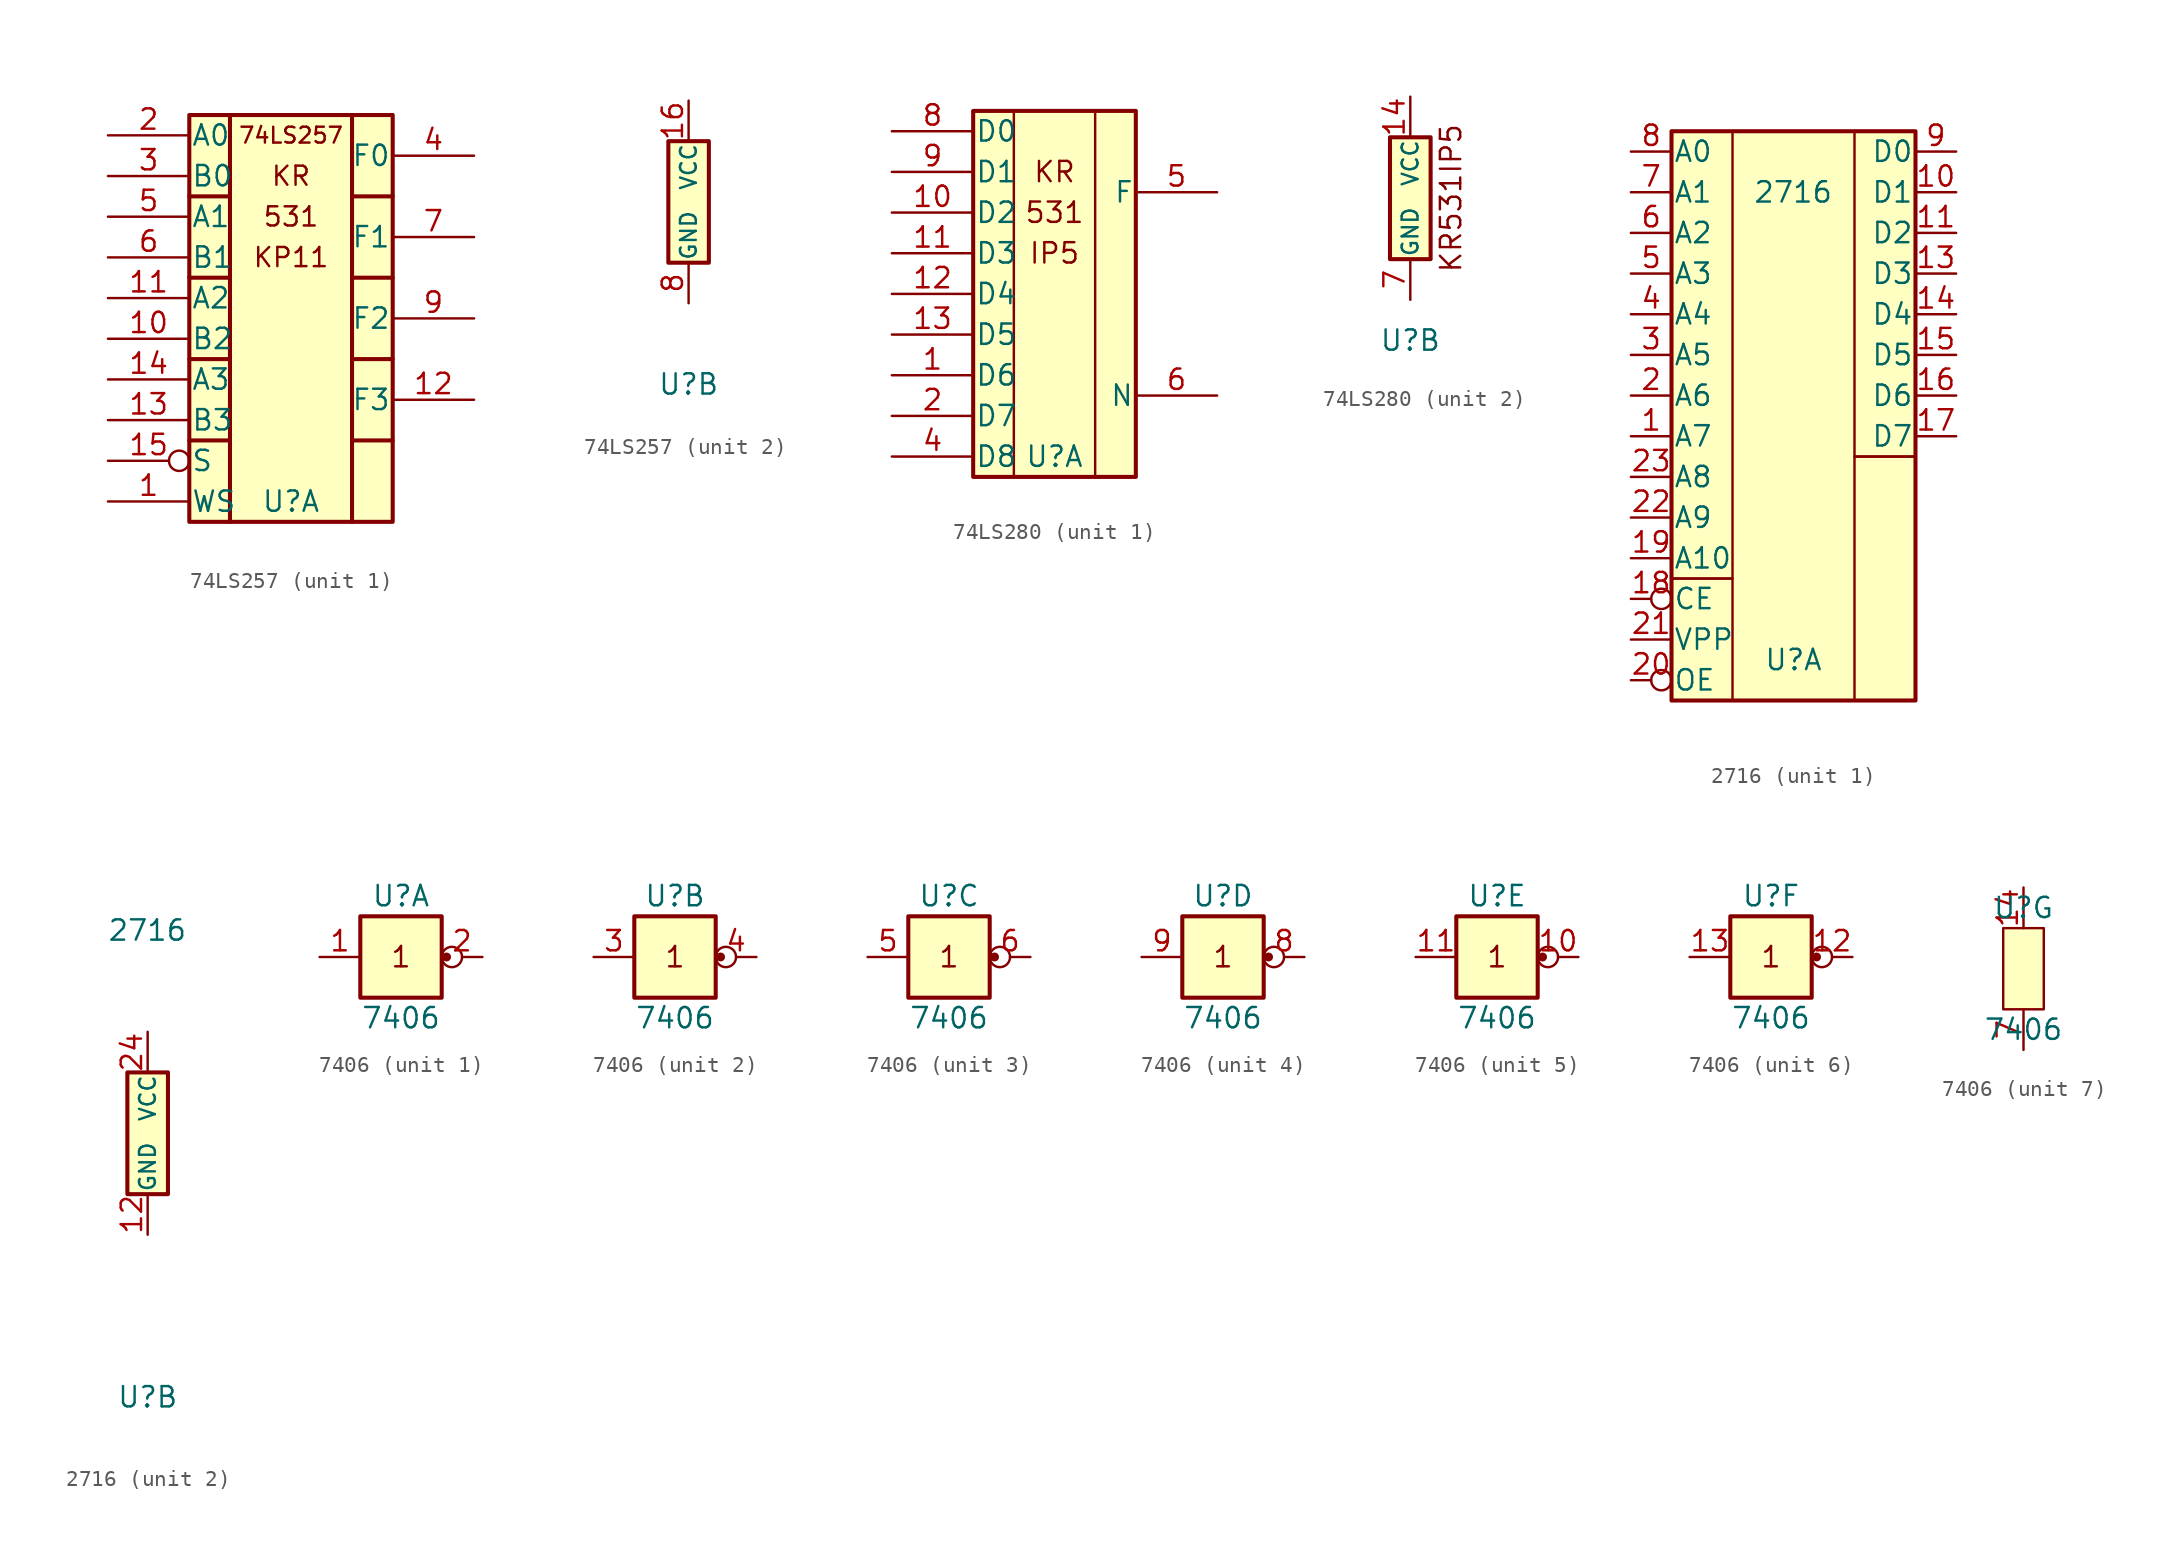
<source format=kicad_sym>
(kicad_symbol_lib
  (version 20241209)
  (generator "kicad_symbol_editor")
  (generator_version "9.0")
  (symbol "74LS257"
    (pin_names
      (offset 0.102))
    (property "Reference" "U"
      (at 0 -11.43 0)
      (effects (font (size 1.27 1.27))))
    (property "ki_locked" ""
      (at 0 0 0)
      (effects (font (size 1.27 1.27))))
    (symbol "74LS257_1_0"
      (rectangle (start -6.35 7.62) (end -3.81 7.62) (stroke (width 0.254) (type default)) (fill (type none)))
      (rectangle (start -6.35 2.54) (end -3.81 2.54) (stroke (width 0.254) (type default)) (fill (type none)))
      (rectangle (start -6.35 -2.54) (end -3.81 -2.54) (stroke (width 0.254) (type default)) (fill (type none)))
      (rectangle (start -6.35 -7.62) (end -3.81 -7.62) (stroke (width 0.254) (type default)) (fill (type none)))
      (rectangle (start -3.81 12.7) (end -3.81 -12.7) (stroke (width 0.254) (type default)) (fill (type none)))
      (rectangle (start 3.81 12.7) (end 3.81 -12.7) (stroke (width 0.254) (type default)) (fill (type none)))
      (rectangle (start 3.81 7.62) (end 6.35 7.62) (stroke (width 0.254) (type default)) (fill (type none)))
      (rectangle (start 3.81 2.54) (end 6.35 2.54) (stroke (width 0.254) (type default)) (fill (type none)))
      (rectangle (start 3.81 -2.54) (end 6.35 -2.54) (stroke (width 0.254) (type default)) (fill (type none)))
      (rectangle (start 3.81 -7.62) (end 6.35 -7.62) (stroke (width 0.254) (type default)) (fill (type none)))
      (text "74LS257" (at 0 11.43 0) (effects (font (size 0.991 0.991))))
      (text "KR" (at 0 8.89 0) (effects (font (size 1.194 1.194))))
      (text "531" (at 0 6.35 0) (effects (font (size 1.194 1.194))))
      (text "KP11" (at 0 3.81 0) (effects (font (size 1.194 1.194))))
      (pin input line (at -11.43 11.43 0) (length 5.08) (name "A0" (effects (font (size 1.27 1.27)))) (number "2" (effects (font (size 1.27 1.27)))))
      (pin input line (at -11.43 8.89 0) (length 5.08) (name "B0" (effects (font (size 1.27 1.27)))) (number "3" (effects (font (size 1.27 1.27)))))
      (pin input line (at -11.43 6.35 0) (length 5.08) (name "A1" (effects (font (size 1.27 1.27)))) (number "5" (effects (font (size 1.27 1.27)))))
      (pin input line (at -11.43 3.81 0) (length 5.08) (name "B1" (effects (font (size 1.27 1.27)))) (number "6" (effects (font (size 1.27 1.27)))))
      (pin input line (at -11.43 1.27 0) (length 5.08) (name "A2" (effects (font (size 1.27 1.27)))) (number "11" (effects (font (size 1.27 1.27)))))
      (pin input line (at -11.43 -1.27 0) (length 5.08) (name "B2" (effects (font (size 1.27 1.27)))) (number "10" (effects (font (size 1.27 1.27)))))
      (pin input line (at -11.43 -3.81 0) (length 5.08) (name "A3" (effects (font (size 1.27 1.27)))) (number "14" (effects (font (size 1.27 1.27)))))
      (pin input line (at -11.43 -6.35 0) (length 5.08) (name "B3" (effects (font (size 1.27 1.27)))) (number "13" (effects (font (size 1.27 1.27)))))
      (pin input inverted (at -11.43 -8.89 0) (length 5.08) (name "S" (effects (font (size 1.27 1.27)))) (number "15" (effects (font (size 1.27 1.27)))))
      (pin input line (at -11.43 -11.43 0) (length 5.08) (name "WS" (effects (font (size 1.27 1.27)))) (number "1" (effects (font (size 1.27 1.27)))))
      (pin tri_state line (at 11.43 10.16 180) (length 5.08) (name "F0" (effects (font (size 1.27 1.27)))) (number "4" (effects (font (size 1.27 1.27)))))
      (pin tri_state line (at 11.43 5.08 180) (length 5.08) (name "F1" (effects (font (size 1.27 1.27)))) (number "7" (effects (font (size 1.27 1.27)))))
      (pin tri_state line (at 11.43 0 180) (length 5.08) (name "F2" (effects (font (size 1.27 1.27)))) (number "9" (effects (font (size 1.27 1.27)))))
      (pin tri_state line (at 11.43 -5.08 180) (length 5.08) (name "F3" (effects (font (size 1.27 1.27)))) (number "12" (effects (font (size 1.27 1.27))))))
    (symbol "74LS257_1_1"
      (rectangle (start -6.35 12.7) (end 6.35 -12.7) (stroke (width 0.254) (type default)) (fill (type background))))
    (symbol "74LS257_2_0"
      (pin power_in line (at 0 6.35 270) (length 2.54) (name "VCC" (effects (font (size 0.991 0.991)))) (number "16" (effects (font (size 1.27 1.27)))))
      (pin power_in line (at 0 -6.35 90) (length 2.54) (name "GND" (effects (font (size 0.991 0.991)))) (number "8" (effects (font (size 1.27 1.27))))))
    (symbol "74LS257_2_1"
      (rectangle (start -1.27 3.81) (end 1.27 -3.81) (stroke (width 0.254) (type default)) (fill (type background)))))
  (symbol "74LS280"
    (pin_names
      (offset 0.102))
    (property "Reference" "U"
      (at 0 -8.89 0)
      (effects (font (size 1.27 1.27))))
    (property "ki_locked" ""
      (at 0 0 0)
      (effects (font (size 1.27 1.27))))
    (symbol "74LS280_1_0"
      (pin input line (at -10.16 11.43 0) (length 5.08) (name "D0" (effects (font (size 1.27 1.27)))) (number "8" (effects (font (size 1.27 1.27)))))
      (pin input line (at -10.16 8.89 0) (length 5.08) (name "D1" (effects (font (size 1.27 1.27)))) (number "9" (effects (font (size 1.27 1.27)))))
      (pin input line (at -10.16 6.35 0) (length 5.08) (name "D2" (effects (font (size 1.27 1.27)))) (number "10" (effects (font (size 1.27 1.27)))))
      (pin input line (at -10.16 3.81 0) (length 5.08) (name "D3" (effects (font (size 1.27 1.27)))) (number "11" (effects (font (size 1.27 1.27)))))
      (pin input line (at -10.16 1.27 0) (length 5.08) (name "D4" (effects (font (size 1.27 1.27)))) (number "12" (effects (font (size 1.27 1.27)))))
      (pin input line (at -10.16 -1.27 0) (length 5.08) (name "D5" (effects (font (size 1.27 1.27)))) (number "13" (effects (font (size 1.27 1.27)))))
      (pin input line (at -10.16 -3.81 0) (length 5.08) (name "D6" (effects (font (size 1.27 1.27)))) (number "1" (effects (font (size 1.27 1.27)))))
      (pin input line (at -10.16 -6.35 0) (length 5.08) (name "D7" (effects (font (size 1.27 1.27)))) (number "2" (effects (font (size 1.27 1.27)))))
      (pin input line (at -10.16 -8.89 0) (length 5.08) (name "D8" (effects (font (size 1.27 1.27)))) (number "4" (effects (font (size 1.27 1.27)))))
      (pin output line (at 10.16 7.62 180) (length 5.08) (name "F" (effects (font (size 1.27 1.27)))) (number "5" (effects (font (size 1.27 1.27)))))
      (pin output line (at 10.16 -5.08 180) (length 5.08) (name "N" (effects (font (size 1.27 1.27)))) (number "6" (effects (font (size 1.27 1.27))))))
    (symbol "74LS280_1_1"
      (rectangle (start -5.08 12.7) (end 5.08 -10.16) (stroke (width 0.254) (type default)) (fill (type background)))
      (rectangle (start -2.54 12.7) (end -2.54 -10.16) (stroke (width 0) (type default)) (fill (type none)))
      (rectangle (start 2.54 12.7) (end 2.54 -10.16) (stroke (width 0) (type default)) (fill (type none)))
      (text "KR" (at 0 8.89 0) (effects (font (size 1.27 1.27))))
      (text "531" (at 0 6.35 0) (effects (font (size 1.27 1.27))))
      (text "IP5" (at 0 3.81 0) (effects (font (size 1.27 1.27))))
      (pin no_connect line (at 7.62 0 180) (length 2.54) (hide yes) (name "NC" (effects (font (size 1.27 1.27)))) (number "3" (effects (font (size 1.27 1.27))))))
    (symbol "74LS280_2_0"
      (pin power_in line (at 0 6.35 270) (length 2.54) (name "VCC" (effects (font (size 0.991 0.991)))) (number "14" (effects (font (size 1.27 1.27)))))
      (pin power_in line (at 0 -6.35 90) (length 2.54) (name "GND" (effects (font (size 0.991 0.991)))) (number "7" (effects (font (size 1.27 1.27))))))
    (symbol "74LS280_2_1"
      (rectangle (start -1.27 3.81) (end 1.27 -3.81) (stroke (width 0.254) (type default)) (fill (type background)))
      (text "KR531IP5" (at 2.54 0 900) (effects (font (size 1.27 1.27))))))
  (symbol "2716"
    (pin_names
      (offset 0.102))
    (property "Reference" "U"
      (at 0 -16.51 0)
      (effects (font (size 1.27 1.27))))
    (property "Value" "2716"
      (at -2.54 12.7 0)
      (effects (font (size 1.27 1.27)) (justify left)))
    (property "ki_locked" ""
      (at 0 0 0)
      (effects (font (size 1.27 1.27))))
    (symbol "2716_1_1"
      (rectangle (start -7.62 16.51) (end -3.81 -11.43) (stroke (width 0) (type default)) (fill (type none)))
      (rectangle (start -7.62 16.51) (end 7.62 -19.05) (stroke (width 0.254) (type default)) (fill (type background)))
      (rectangle (start -3.81 -11.43) (end -7.62 -19.05) (stroke (width 0) (type default)) (fill (type none)))
      (rectangle (start 3.81 16.51) (end 7.62 -3.81) (stroke (width 0) (type default)) (fill (type none)))
      (rectangle (start 7.62 -3.81) (end 3.81 -19.05) (stroke (width 0) (type default)) (fill (type none)))
      (pin input line (at -10.16 15.24 0) (length 2.54) (name "A0" (effects (font (size 1.27 1.27)))) (number "8" (effects (font (size 1.27 1.27)))))
      (pin input line (at -10.16 12.7 0) (length 2.54) (name "A1" (effects (font (size 1.27 1.27)))) (number "7" (effects (font (size 1.27 1.27)))))
      (pin input line (at -10.16 10.16 0) (length 2.54) (name "A2" (effects (font (size 1.27 1.27)))) (number "6" (effects (font (size 1.27 1.27)))))
      (pin input line (at -10.16 7.62 0) (length 2.54) (name "A3" (effects (font (size 1.27 1.27)))) (number "5" (effects (font (size 1.27 1.27)))))
      (pin input line (at -10.16 5.08 0) (length 2.54) (name "A4" (effects (font (size 1.27 1.27)))) (number "4" (effects (font (size 1.27 1.27)))))
      (pin input line (at -10.16 2.54 0) (length 2.54) (name "A5" (effects (font (size 1.27 1.27)))) (number "3" (effects (font (size 1.27 1.27)))))
      (pin input line (at -10.16 0 0) (length 2.54) (name "A6" (effects (font (size 1.27 1.27)))) (number "2" (effects (font (size 1.27 1.27)))))
      (pin input line (at -10.16 -2.54 0) (length 2.54) (name "A7" (effects (font (size 1.27 1.27)))) (number "1" (effects (font (size 1.27 1.27)))))
      (pin input line (at -10.16 -5.08 0) (length 2.54) (name "A8" (effects (font (size 1.27 1.27)))) (number "23" (effects (font (size 1.27 1.27)))))
      (pin input line (at -10.16 -7.62 0) (length 2.54) (name "A9" (effects (font (size 1.27 1.27)))) (number "22" (effects (font (size 1.27 1.27)))))
      (pin input line (at -10.16 -10.16 0) (length 2.54) (name "A10" (effects (font (size 1.27 1.27)))) (number "19" (effects (font (size 1.27 1.27)))))
      (pin input inverted (at -10.16 -12.7 0) (length 2.54) (name "CE" (effects (font (size 1.27 1.27)))) (number "18" (effects (font (size 1.27 1.27)))))
      (pin input line (at -10.16 -15.24 0) (length 2.54) (name "VPP" (effects (font (size 1.27 1.27)))) (number "21" (effects (font (size 1.27 1.27)))))
      (pin input inverted (at -10.16 -17.78 0) (length 2.54) (name "OE" (effects (font (size 1.27 1.27)))) (number "20" (effects (font (size 1.27 1.27)))))
      (pin tri_state line (at 10.16 15.24 180) (length 2.54) (name "D0" (effects (font (size 1.27 1.27)))) (number "9" (effects (font (size 1.27 1.27)))))
      (pin tri_state line (at 10.16 12.7 180) (length 2.54) (name "D1" (effects (font (size 1.27 1.27)))) (number "10" (effects (font (size 1.27 1.27)))))
      (pin tri_state line (at 10.16 10.16 180) (length 2.54) (name "D2" (effects (font (size 1.27 1.27)))) (number "11" (effects (font (size 1.27 1.27)))))
      (pin tri_state line (at 10.16 7.62 180) (length 2.54) (name "D3" (effects (font (size 1.27 1.27)))) (number "13" (effects (font (size 1.27 1.27)))))
      (pin tri_state line (at 10.16 5.08 180) (length 2.54) (name "D4" (effects (font (size 1.27 1.27)))) (number "14" (effects (font (size 1.27 1.27)))))
      (pin tri_state line (at 10.16 2.54 180) (length 2.54) (name "D5" (effects (font (size 1.27 1.27)))) (number "15" (effects (font (size 1.27 1.27)))))
      (pin tri_state line (at 10.16 0 180) (length 2.54) (name "D6" (effects (font (size 1.27 1.27)))) (number "16" (effects (font (size 1.27 1.27)))))
      (pin tri_state line (at 10.16 -2.54 180) (length 2.54) (name "D7" (effects (font (size 1.27 1.27)))) (number "17" (effects (font (size 1.27 1.27))))))
    (symbol "2716_2_1"
      (rectangle (start -1.27 3.81) (end 1.27 -3.81) (stroke (width 0.254) (type default)) (fill (type background)))
      (pin power_in line (at 0 6.35 270) (length 2.54) (name "VCC" (effects (font (size 0.991 0.991)))) (number "24" (effects (font (size 1.27 1.27)))))
      (pin power_in line (at 0 -6.35 90) (length 2.54) (name "GND" (effects (font (size 0.991 0.991)))) (number "12" (effects (font (size 1.27 1.27)))))))
  (symbol "7406"
    (pin_names
      (offset 1.016)
      (hide yes))
    (property "Reference" "U"
      (at 0 3.81 0)
      (effects (font (size 1.27 1.27))))
    (property "Value" "7406"
      (at 0 -3.81 0)
      (effects (font (size 1.27 1.27))))
    (property "ki_locked" ""
      (at 0 0 0)
      (effects (font (size 1.27 1.27))))
    (symbol "7406_1_0"
      (pin output inverted (at 5.08 0 180) (length 2.54) (name "Y1" (effects (font (size 1.27 1.27)))) (number "2" (effects (font (size 1.27 1.27))))))
    (symbol "7406_1_1"
      (rectangle (start -2.54 2.54) (end 2.54 -2.54) (stroke (width 0.254) (type default)) (fill (type background)))
      (circle (center 2.845 0) (radius 0.203) (stroke (width 0) (type default)) (fill (type outline)))
      (text "1" (at 0 0 0) (effects (font (size 1.27 1.27))))
      (pin input line (at -5.08 0 0) (length 2.54) (name "A1" (effects (font (size 1.27 1.27)))) (number "1" (effects (font (size 1.27 1.27))))))
    (symbol "7406_2_1"
      (rectangle (start -2.54 2.54) (end 2.54 -2.54) (stroke (width 0.254) (type default)) (fill (type background)))
      (circle (center 2.845 0) (radius 0.203) (stroke (width 0) (type default)) (fill (type outline)))
      (text "1" (at 0 0 0) (effects (font (size 1.27 1.27))))
      (pin input line (at -5.08 0 0) (length 2.54) (name "A2" (effects (font (size 1.27 1.27)))) (number "3" (effects (font (size 1.27 1.27)))))
      (pin output inverted (at 5.08 0 180) (length 2.54) (name "Y2" (effects (font (size 1.27 1.27)))) (number "4" (effects (font (size 1.27 1.27))))))
    (symbol "7406_3_1"
      (rectangle (start -2.54 2.54) (end 2.54 -2.54) (stroke (width 0.254) (type default)) (fill (type background)))
      (circle (center 2.845 0) (radius 0.203) (stroke (width 0) (type default)) (fill (type outline)))
      (text "1" (at 0 0 0) (effects (font (size 1.27 1.27))))
      (pin input line (at -5.08 0 0) (length 2.54) (name "A3" (effects (font (size 1.27 1.27)))) (number "5" (effects (font (size 1.27 1.27)))))
      (pin output inverted (at 5.08 0 180) (length 2.54) (name "Y3" (effects (font (size 1.27 1.27)))) (number "6" (effects (font (size 1.27 1.27))))))
    (symbol "7406_4_1"
      (rectangle (start -2.54 2.54) (end 2.54 -2.54) (stroke (width 0.254) (type default)) (fill (type background)))
      (circle (center 2.845 0) (radius 0.203) (stroke (width 0) (type default)) (fill (type outline)))
      (text "1" (at 0 0 0) (effects (font (size 1.27 1.27))))
      (pin input line (at -5.08 0 0) (length 2.54) (name "A4" (effects (font (size 1.27 1.27)))) (number "9" (effects (font (size 1.27 1.27)))))
      (pin output inverted (at 5.08 0 180) (length 2.54) (name "Y4" (effects (font (size 1.27 1.27)))) (number "8" (effects (font (size 1.27 1.27))))))
    (symbol "7406_5_1"
      (rectangle (start -2.54 2.54) (end 2.54 -2.54) (stroke (width 0.254) (type default)) (fill (type background)))
      (circle (center 2.845 0) (radius 0.203) (stroke (width 0) (type default)) (fill (type outline)))
      (text "1" (at 0 0 0) (effects (font (size 1.27 1.27))))
      (pin input line (at -5.08 0 0) (length 2.54) (name "A5" (effects (font (size 1.27 1.27)))) (number "11" (effects (font (size 1.27 1.27)))))
      (pin output inverted (at 5.08 0 180) (length 2.54) (name "Y5" (effects (font (size 1.27 1.27)))) (number "10" (effects (font (size 1.27 1.27))))))
    (symbol "7406_6_1"
      (rectangle (start -2.54 2.54) (end 2.54 -2.54) (stroke (width 0.254) (type default)) (fill (type background)))
      (circle (center 2.845 0) (radius 0.203) (stroke (width 0) (type default)) (fill (type outline)))
      (text "1" (at 0 0 0) (effects (font (size 1.27 1.27))))
      (pin input line (at -5.08 0 0) (length 2.54) (name "A6" (effects (font (size 1.27 1.27)))) (number "13" (effects (font (size 1.27 1.27)))))
      (pin output inverted (at 5.08 0 180) (length 2.54) (name "Y6" (effects (font (size 1.27 1.27)))) (number "12" (effects (font (size 1.27 1.27))))))
    (symbol "7406_7_1"
      (rectangle (start -1.27 2.54) (end 1.27 -2.54) (stroke (width 0) (type default)) (fill (type background)))
      (pin power_in line (at 0 5.08 270) (length 2.54) (name "Vcc" (effects (font (size 1.27 1.27)))) (number "14" (effects (font (size 1.27 1.27)))))
      (pin power_in line (at 0 -5.08 90) (length 2.54) (name "GND" (effects (font (size 1.27 1.27)))) (number "7" (effects (font (size 1.27 1.27))))))))
</source>
